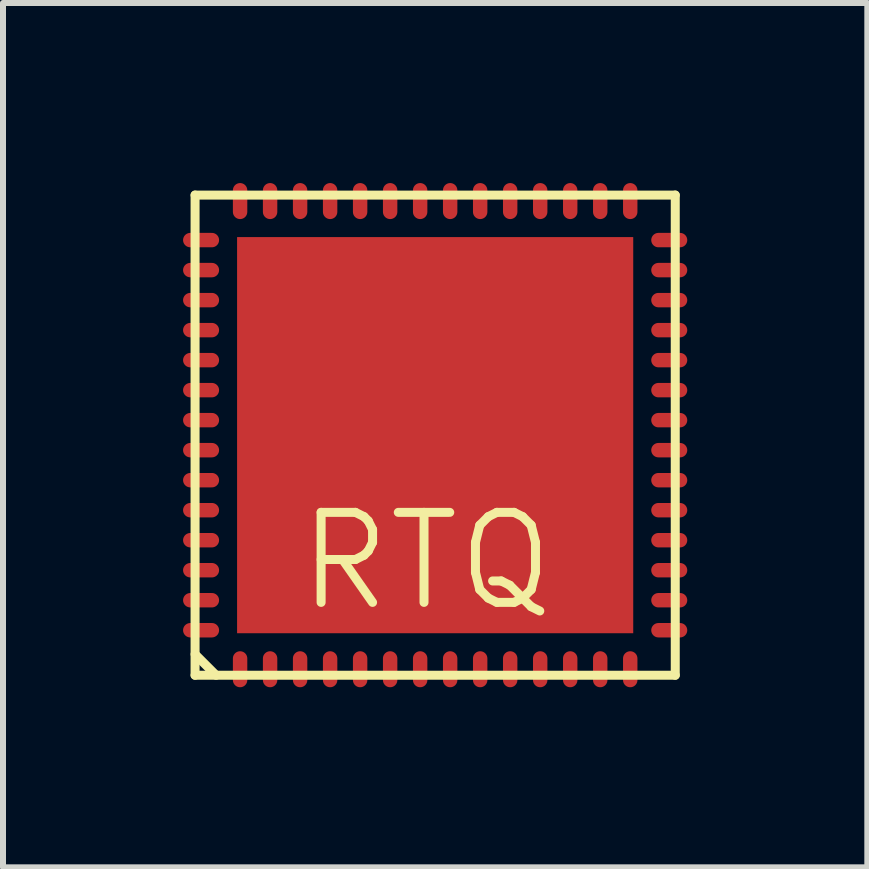
<source format=kicad_pcb>
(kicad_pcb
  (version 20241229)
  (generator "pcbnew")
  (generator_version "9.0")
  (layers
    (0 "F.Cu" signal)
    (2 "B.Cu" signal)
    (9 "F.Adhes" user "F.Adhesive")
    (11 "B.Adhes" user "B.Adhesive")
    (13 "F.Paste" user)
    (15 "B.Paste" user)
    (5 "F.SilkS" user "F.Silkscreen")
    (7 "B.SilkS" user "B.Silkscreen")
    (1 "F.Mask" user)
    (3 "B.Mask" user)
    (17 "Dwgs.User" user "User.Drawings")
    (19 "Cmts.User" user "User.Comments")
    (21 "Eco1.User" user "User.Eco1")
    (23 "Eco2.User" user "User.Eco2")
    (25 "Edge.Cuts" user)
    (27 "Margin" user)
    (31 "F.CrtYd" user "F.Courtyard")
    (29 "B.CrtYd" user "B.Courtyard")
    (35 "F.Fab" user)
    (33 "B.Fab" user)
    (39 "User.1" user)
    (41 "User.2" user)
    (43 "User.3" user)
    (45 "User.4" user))
  (footprint "RTQ"
    (layer "F.Cu")
    (at 4.2 4.2)
    (property "Reference" "RTQ" (at -0.15 2.1 0) (layer "F.SilkS") (effects (font (size 1.5 1.5) (thickness 0.15))))
    (attr smd)
    (fp_line (start -4 -4) (end 4 -4) (stroke (width 0.15) (type solid)) (layer "F.SilkS"))
    (fp_line (start -4 3.65) (end -3.65 4) (stroke (width 0.15) (type solid)) (layer "F.SilkS"))
    (fp_line (start -4 4) (end -4 -4) (stroke (width 0.15) (type solid)) (layer "F.SilkS"))
    (fp_line (start 4 -4) (end 4 4) (stroke (width 0.15) (type solid)) (layer "F.SilkS"))
    (fp_line (start 4 4) (end -4 4) (stroke (width 0.15) (type solid)) (layer "F.SilkS"))
    (pad "1" smd oval (at -3.25 3.9) (size 0.24 0.6) (layers "F.Cu" "F.Mask" "F.Paste"))
    (pad "2" smd oval (at -2.75 3.9) (size 0.24 0.6) (layers "F.Cu" "F.Mask" "F.Paste"))
    (pad "3" smd oval (at -2.25 3.9) (size 0.24 0.6) (layers "F.Cu" "F.Mask" "F.Paste"))
    (pad "4" smd oval (at -1.75 3.9) (size 0.24 0.6) (layers "F.Cu" "F.Mask" "F.Paste"))
    (pad "5" smd oval (at -1.25 3.9) (size 0.24 0.6) (layers "F.Cu" "F.Mask" "F.Paste"))
    (pad "6" smd oval (at -0.75 3.9) (size 0.24 0.6) (layers "F.Cu" "F.Mask" "F.Paste"))
    (pad "7" smd oval (at -0.25 3.9) (size 0.24 0.6) (layers "F.Cu" "F.Mask" "F.Paste"))
    (pad "8" smd oval (at 0.25 3.9) (size 0.24 0.6) (layers "F.Cu" "F.Mask" "F.Paste"))
    (pad "9" smd oval (at 0.75 3.9) (size 0.24 0.6) (layers "F.Cu" "F.Mask" "F.Paste"))
    (pad "10" smd oval (at 1.25 3.9) (size 0.24 0.6) (layers "F.Cu" "F.Mask" "F.Paste"))
    (pad "11" smd oval (at 1.75 3.9) (size 0.24 0.6) (layers "F.Cu" "F.Mask" "F.Paste"))
    (pad "12" smd oval (at 2.25 3.9) (size 0.24 0.6) (layers "F.Cu" "F.Mask" "F.Paste"))
    (pad "13" smd oval (at 2.75 3.9) (size 0.24 0.6) (layers "F.Cu" "F.Mask" "F.Paste"))
    (pad "14" smd oval (at 3.25 3.9) (size 0.24 0.6) (layers "F.Cu" "F.Mask" "F.Paste"))
    (pad "15" smd oval (at 3.9 3.25) (size 0.6 0.24) (layers "F.Cu" "F.Mask" "F.Paste"))
    (pad "16" smd oval (at 3.9 2.75) (size 0.6 0.24) (layers "F.Cu" "F.Mask" "F.Paste"))
    (pad "17" smd oval (at 3.9 2.25) (size 0.6 0.24) (layers "F.Cu" "F.Mask" "F.Paste"))
    (pad "18" smd oval (at 3.9 1.75) (size 0.6 0.24) (layers "F.Cu" "F.Mask" "F.Paste"))
    (pad "19" smd oval (at 3.9 1.25) (size 0.6 0.24) (layers "F.Cu" "F.Mask" "F.Paste"))
    (pad "20" smd oval (at 3.9 0.75) (size 0.6 0.24) (layers "F.Cu" "F.Mask" "F.Paste"))
    (pad "21" smd oval (at 3.9 0.25) (size 0.6 0.24) (layers "F.Cu" "F.Mask" "F.Paste"))
    (pad "22" smd oval (at 3.9 -0.25) (size 0.6 0.24) (layers "F.Cu" "F.Mask" "F.Paste"))
    (pad "23" smd oval (at 3.9 -0.75) (size 0.6 0.24) (layers "F.Cu" "F.Mask" "F.Paste"))
    (pad "24" smd oval (at 3.9 -1.25) (size 0.6 0.24) (layers "F.Cu" "F.Mask" "F.Paste"))
    (pad "25" smd oval (at 3.9 -1.75) (size 0.6 0.24) (layers "F.Cu" "F.Mask" "F.Paste"))
    (pad "26" smd oval (at 3.9 -2.25) (size 0.6 0.24) (layers "F.Cu" "F.Mask" "F.Paste"))
    (pad "27" smd oval (at 3.9 -2.75) (size 0.6 0.24) (layers "F.Cu" "F.Mask" "F.Paste"))
    (pad "28" smd oval (at 3.9 -3.25) (size 0.6 0.24) (layers "F.Cu" "F.Mask" "F.Paste"))
    (pad "29" smd oval (at 3.25 -3.9) (size 0.24 0.6) (layers "F.Cu" "F.Mask" "F.Paste"))
    (pad "30" smd oval (at 2.75 -3.9) (size 0.24 0.6) (layers "F.Cu" "F.Mask" "F.Paste"))
    (pad "31" smd oval (at 2.25 -3.9) (size 0.24 0.6) (layers "F.Cu" "F.Mask" "F.Paste"))
    (pad "32" smd oval (at 1.75 -3.9) (size 0.24 0.6) (layers "F.Cu" "F.Mask" "F.Paste"))
    (pad "33" smd oval (at 1.25 -3.9) (size 0.24 0.6) (layers "F.Cu" "F.Mask" "F.Paste"))
    (pad "34" smd oval (at 0.75 -3.9) (size 0.24 0.6) (layers "F.Cu" "F.Mask" "F.Paste"))
    (pad "35" smd oval (at 0.25 -3.9) (size 0.24 0.6) (layers "F.Cu" "F.Mask" "F.Paste"))
    (pad "36" smd oval (at -0.25 -3.9) (size 0.24 0.6) (layers "F.Cu" "F.Mask" "F.Paste"))
    (pad "37" smd oval (at -0.75 -3.9) (size 0.24 0.6) (layers "F.Cu" "F.Mask" "F.Paste"))
    (pad "38" smd oval (at -1.25 -3.9) (size 0.24 0.6) (layers "F.Cu" "F.Mask" "F.Paste"))
    (pad "39" smd oval (at -1.75 -3.9) (size 0.24 0.6) (layers "F.Cu" "F.Mask" "F.Paste"))
    (pad "40" smd oval (at -2.25 -3.9) (size 0.24 0.6) (layers "F.Cu" "F.Mask" "F.Paste"))
    (pad "41" smd oval (at -2.75 -3.9) (size 0.24 0.6) (layers "F.Cu" "F.Mask" "F.Paste"))
    (pad "42" smd oval (at -3.25 -3.9) (size 0.24 0.6) (layers "F.Cu" "F.Mask" "F.Paste"))
    (pad "43" smd oval (at -3.9 -3.25) (size 0.6 0.24) (layers "F.Cu" "F.Mask" "F.Paste"))
    (pad "44" smd oval (at -3.9 -2.75) (size 0.6 0.24) (layers "F.Cu" "F.Mask" "F.Paste"))
    (pad "45" smd oval (at -3.9 -2.25) (size 0.6 0.24) (layers "F.Cu" "F.Mask" "F.Paste"))
    (pad "46" smd oval (at -3.9 -1.75) (size 0.6 0.24) (layers "F.Cu" "F.Mask" "F.Paste"))
    (pad "47" smd oval (at -3.9 -1.25) (size 0.6 0.24) (layers "F.Cu" "F.Mask" "F.Paste"))
    (pad "48" smd oval (at -3.9 -0.75) (size 0.6 0.24) (layers "F.Cu" "F.Mask" "F.Paste"))
    (pad "49" smd oval (at -3.9 -0.25) (size 0.6 0.24) (layers "F.Cu" "F.Mask" "F.Paste"))
    (pad "50" smd oval (at -3.9 0.25) (size 0.6 0.24) (layers "F.Cu" "F.Mask" "F.Paste"))
    (pad "51" smd oval (at -3.9 0.75) (size 0.6 0.24) (layers "F.Cu" "F.Mask" "F.Paste"))
    (pad "52" smd oval (at -3.9 1.25) (size 0.6 0.24) (layers "F.Cu" "F.Mask" "F.Paste"))
    (pad "53" smd oval (at -3.9 1.75) (size 0.6 0.24) (layers "F.Cu" "F.Mask" "F.Paste"))
    (pad "54" smd oval (at -3.9 2.25) (size 0.6 0.24) (layers "F.Cu" "F.Mask" "F.Paste"))
    (pad "55" smd oval (at -3.9 2.75) (size 0.6 0.24) (layers "F.Cu" "F.Mask" "F.Paste"))
    (pad "56" smd oval (at -3.9 3.25) (size 0.6 0.24) (layers "F.Cu" "F.Mask" "F.Paste"))
    (pad "57" smd rect (at 0 0) (size 6.6 6.6) (layers "F.Cu" "F.Mask" "F.Paste")))
  (gr_rect
    (start -3 -3)
    (end 11.4 11.4)
    (stroke (width 0.1) (type default))
    (fill no)
    (layer "Edge.Cuts")))
</source>
